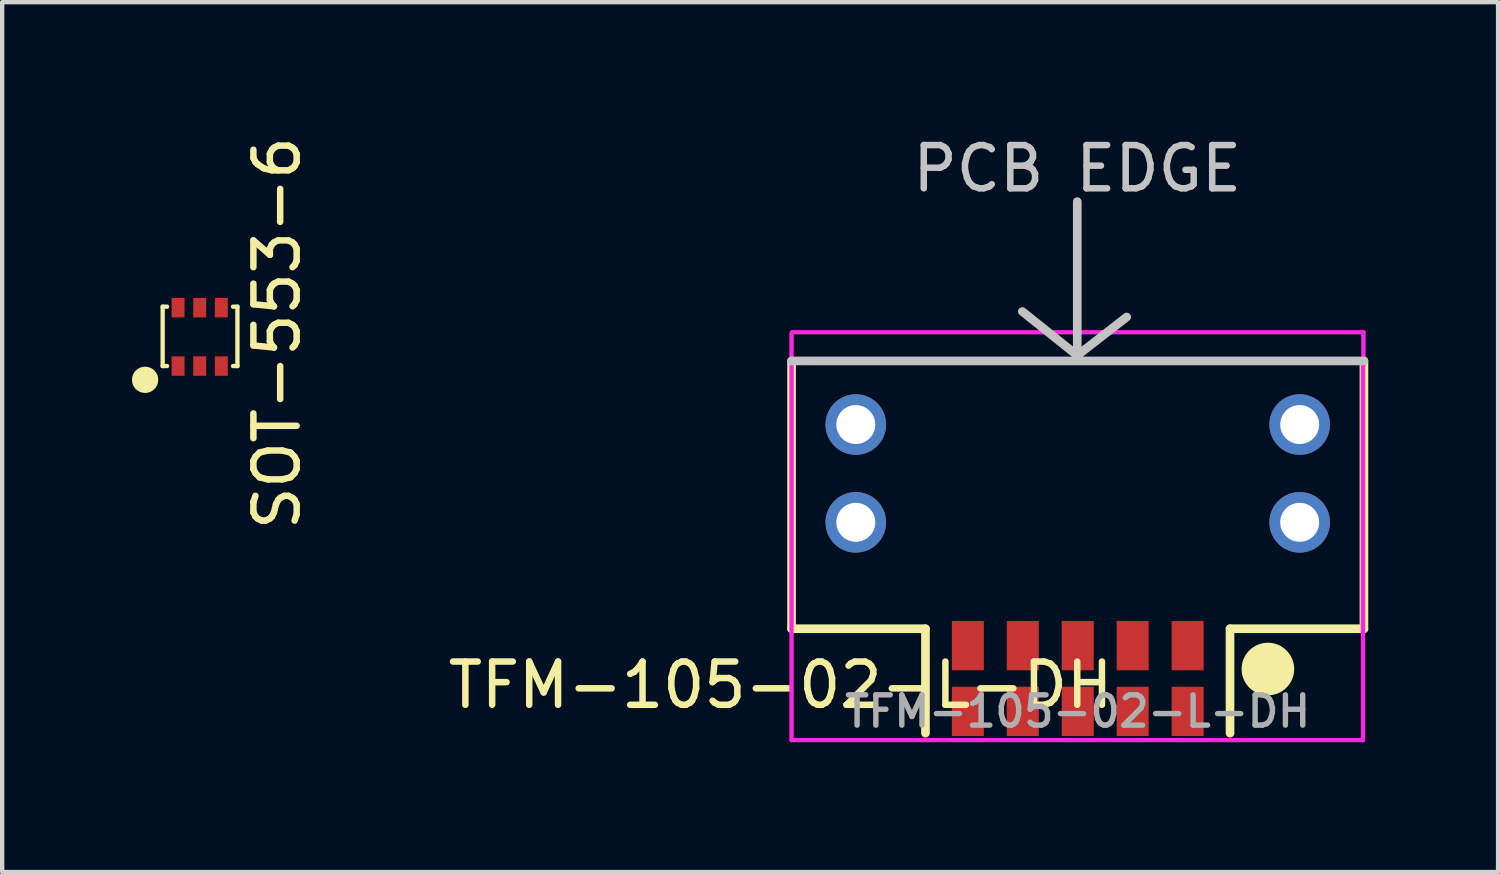
<source format=kicad_pcb>
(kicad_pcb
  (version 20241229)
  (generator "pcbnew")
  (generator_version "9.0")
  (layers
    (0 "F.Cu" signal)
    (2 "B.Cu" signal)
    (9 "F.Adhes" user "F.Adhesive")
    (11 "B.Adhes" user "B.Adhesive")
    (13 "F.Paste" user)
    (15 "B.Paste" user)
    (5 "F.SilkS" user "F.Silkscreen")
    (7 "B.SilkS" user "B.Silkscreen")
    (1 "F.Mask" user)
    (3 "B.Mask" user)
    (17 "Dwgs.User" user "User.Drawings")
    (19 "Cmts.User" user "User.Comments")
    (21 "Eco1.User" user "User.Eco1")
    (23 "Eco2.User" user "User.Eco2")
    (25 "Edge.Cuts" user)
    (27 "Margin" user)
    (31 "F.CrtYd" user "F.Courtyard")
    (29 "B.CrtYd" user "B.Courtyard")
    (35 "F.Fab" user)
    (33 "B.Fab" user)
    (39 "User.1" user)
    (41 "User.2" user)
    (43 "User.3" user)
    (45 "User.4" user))
  (footprint "TFM-105-02-L-DH"
    (layer "F.Cu")
    (at 21.861 13.393)
    (property "Reference" "TFM-105-02-L-DH" (at -6.869 -0.607 0) (layer "F.SilkS") (effects (font (size 1 1) (thickness 0.15))))
    (attr through_hole)
    (fp_line (start -6.615 -8.1) (end -6.615 -1.91) (stroke (width 0.2) (type solid)) (layer "F.SilkS"))
    (fp_line (start -6.615 -1.91) (end -3.52 -1.91) (stroke (width 0.2) (type solid)) (layer "F.SilkS"))
    (fp_line (start -3.52 -1.91) (end -3.52 0.503) (stroke (width 0.2) (type solid)) (layer "F.SilkS"))
    (fp_line (start 3.52 -1.91) (end 3.52 0.503) (stroke (width 0.2) (type solid)) (layer "F.SilkS"))
    (fp_line (start 4.585 -0.979) (end 4.332 -0.979) (stroke (width 0.2) (type solid)) (layer "F.SilkS"))
    (fp_line (start 6.615 -8.1) (end 6.615 -1.91) (stroke (width 0.2) (type solid)) (layer "F.SilkS"))
    (fp_line (start 6.615 -1.91) (end 3.52 -1.91) (stroke (width 0.2) (type solid)) (layer "F.SilkS"))
    (fp_circle (center 4.395 -0.979) (end 4.522 -0.979) (stroke (width 0.2) (type solid)) (fill no) (layer "F.SilkS"))
    (fp_circle (center 4.395 -0.979) (end 4.649 -0.979) (stroke (width 0.2) (type solid)) (fill no) (layer "F.SilkS"))
    (fp_circle (center 4.395 -0.979) (end 4.776 -0.915) (stroke (width 0.2) (type solid)) (fill no) (layer "F.SilkS"))
    (fp_circle (center 4.395 -0.979) (end 4.903 -0.979) (stroke (width 0.2) (type solid)) (fill no) (layer "F.SilkS"))
    (fp_line (start -6.615 -8.1) (end 6.615 -8.1) (stroke (width 0.2) (type solid)) (layer "Dwgs.User"))
    (fp_line (start -0.011 -8.227) (end -1.281 -9.243) (stroke (width 0.2) (type solid)) (layer "Dwgs.User"))
    (fp_line (start -0.011 -8.227) (end -0.011 -11.783) (stroke (width 0.2) (type solid)) (layer "Dwgs.User"))
    (fp_line (start -0.011 -8.227) (end 1.132 -9.116) (stroke (width 0.2) (type solid)) (layer "Dwgs.User"))
    (fp_line (start -6.615 -8.735) (end -6.615 0.663) (stroke (width 0.1) (type solid)) (layer "F.CrtYd"))
    (fp_line (start -6.615 0.663) (end 6.593 0.663) (stroke (width 0.1) (type solid)) (layer "F.CrtYd"))
    (fp_line (start -6.604 -8.763) (end 6.604 -8.763) (stroke (width 0.1) (type solid)) (layer "F.CrtYd"))
    (fp_line (start 6.593 -8.1) (end -6.615 -8.1) (stroke (width 0.1) (type solid)) (layer "F.CrtYd"))
    (fp_line (start 6.593 0.663) (end 6.593 -8.1) (stroke (width 0.1) (type solid)) (layer "F.CrtYd"))
    (fp_line (start 6.604 -8.763) (end 6.604 -8.001) (stroke (width 0.1) (type solid)) (layer "F.CrtYd"))
    (fp_text user "PCB EDGE" (at -0.011 -12.545 0) (layer "Dwgs.User") (effects (font (size 1 1) (thickness 0.15))))
    (fp_text user "${REFERENCE}" (at 0 0 0) (layer "F.Fab") (effects (font (size 0.7 0.7) (thickness 0.125))))
    (pad "" thru_hole circle (at -5.13 -6.63) (size 1.4 1.4) (drill 0.9) (layers "*.Cu" "*.Mask"))
    (pad "" thru_hole circle (at -5.13 -4.37) (size 1.4 1.4) (drill 0.9) (layers "*.Cu" "*.Mask"))
    (pad "" thru_hole circle (at 5.13 -6.63) (size 1.4 1.4) (drill 0.9) (layers "*.Cu" "*.Mask"))
    (pad "" thru_hole circle (at 5.13 -4.37) (size 1.4 1.4) (drill 0.9) (layers "*.Cu" "*.Mask"))
    (pad "1" smd rect (at 2.54 -1.52) (size 0.74 1.14) (layers "F.Cu" "F.Mask" "F.Paste"))
    (pad "2" smd rect (at 2.54 0) (size 0.74 1.14) (layers "F.Cu" "F.Mask" "F.Paste"))
    (pad "3" smd rect (at 1.27 -1.52) (size 0.74 1.14) (layers "F.Cu" "F.Mask" "F.Paste"))
    (pad "4" smd rect (at 1.27 0) (size 0.74 1.14) (layers "F.Cu" "F.Mask" "F.Paste"))
    (pad "5" smd rect (at 0 -1.52) (size 0.74 1.14) (layers "F.Cu" "F.Mask" "F.Paste"))
    (pad "6" smd rect (at 0 0) (size 0.74 1.14) (layers "F.Cu" "F.Mask" "F.Paste"))
    (pad "7" smd rect (at -1.27 -1.52) (size 0.74 1.14) (layers "F.Cu" "F.Mask" "F.Paste"))
    (pad "8" smd rect (at -1.27 0) (size 0.74 1.14) (layers "F.Cu" "F.Mask" "F.Paste"))
    (pad "9" smd rect (at -2.54 -1.52) (size 0.74 1.14) (layers "F.Cu" "F.Mask" "F.Paste"))
    (pad "10" smd rect (at -2.54 0) (size 0.74 1.14) (layers "F.Cu" "F.Mask" "F.Paste")))
  (footprint "SOT-553-6"
    (layer "F.Cu")
    (at 1.066 5.411)
    (property "Reference" "SOT-553-6" (at 2.286 -0.762 270) (layer "F.SilkS") (effects (font (size 1 1) (thickness 0.15))))
    (attr through_hole)
    (fp_line (start -0.699 0.318) (end -0.826 0.318) (stroke (width 0.1) (type solid)) (layer "F.SilkS"))
    (fp_line (start -0.356 -1.372) (end -0.356 0) (stroke (width 0.1) (type solid)) (layer "F.SilkS"))
    (fp_line (start -0.356 0) (end -0.254 0) (stroke (width 0.1) (type solid)) (layer "F.SilkS"))
    (fp_line (start -0.254 -1.372) (end -0.356 -1.372) (stroke (width 0.1) (type solid)) (layer "F.SilkS"))
    (fp_line (start 1.27 0) (end 1.372 0) (stroke (width 0.1) (type solid)) (layer "F.SilkS"))
    (fp_line (start 1.372 -1.372) (end 1.27 -1.372) (stroke (width 0.1) (type solid)) (layer "F.SilkS"))
    (fp_line (start 1.372 0) (end 1.372 -1.372) (stroke (width 0.1) (type solid)) (layer "F.SilkS"))
    (fp_circle (center -0.762 0.318) (end -0.699 0.318) (stroke (width 0.1) (type solid)) (fill no) (layer "F.SilkS"))
    (fp_circle (center -0.762 0.318) (end -0.635 0.318) (stroke (width 0.1) (type solid)) (fill no) (layer "F.SilkS"))
    (fp_circle (center -0.762 0.318) (end -0.572 0.254) (stroke (width 0.1) (type solid)) (fill no) (layer "F.SilkS"))
    (fp_circle (center -0.762 0.318) (end -0.508 0.318) (stroke (width 0.1) (type solid)) (fill no) (layer "F.SilkS"))
    (pad "1" smd rect (at 0 0) (size 0.3 0.45) (layers "F.Cu" "F.Mask" "F.Paste"))
    (pad "2" smd rect (at 0.5 0) (size 0.3 0.45) (layers "F.Cu" "F.Mask" "F.Paste"))
    (pad "3" smd rect (at 1 0) (size 0.3 0.45) (layers "F.Cu" "F.Mask" "F.Paste"))
    (pad "4" smd rect (at 1 -1.35) (size 0.3 0.45) (layers "F.Cu" "F.Mask" "F.Paste"))
    (pad "5" smd rect (at 0.5 -1.35) (size 0.3 0.45) (layers "F.Cu" "F.Mask" "F.Paste"))
    (pad "6" smd rect (at 0 -1.35) (size 0.3 0.45) (layers "F.Cu" "F.Mask" "F.Paste")))
  (gr_rect
    (start -3 -3)
    (end 31.576 17.106)
    (stroke (width 0.1) (type default))
    (fill no)
    (layer "Edge.Cuts")))
</source>
